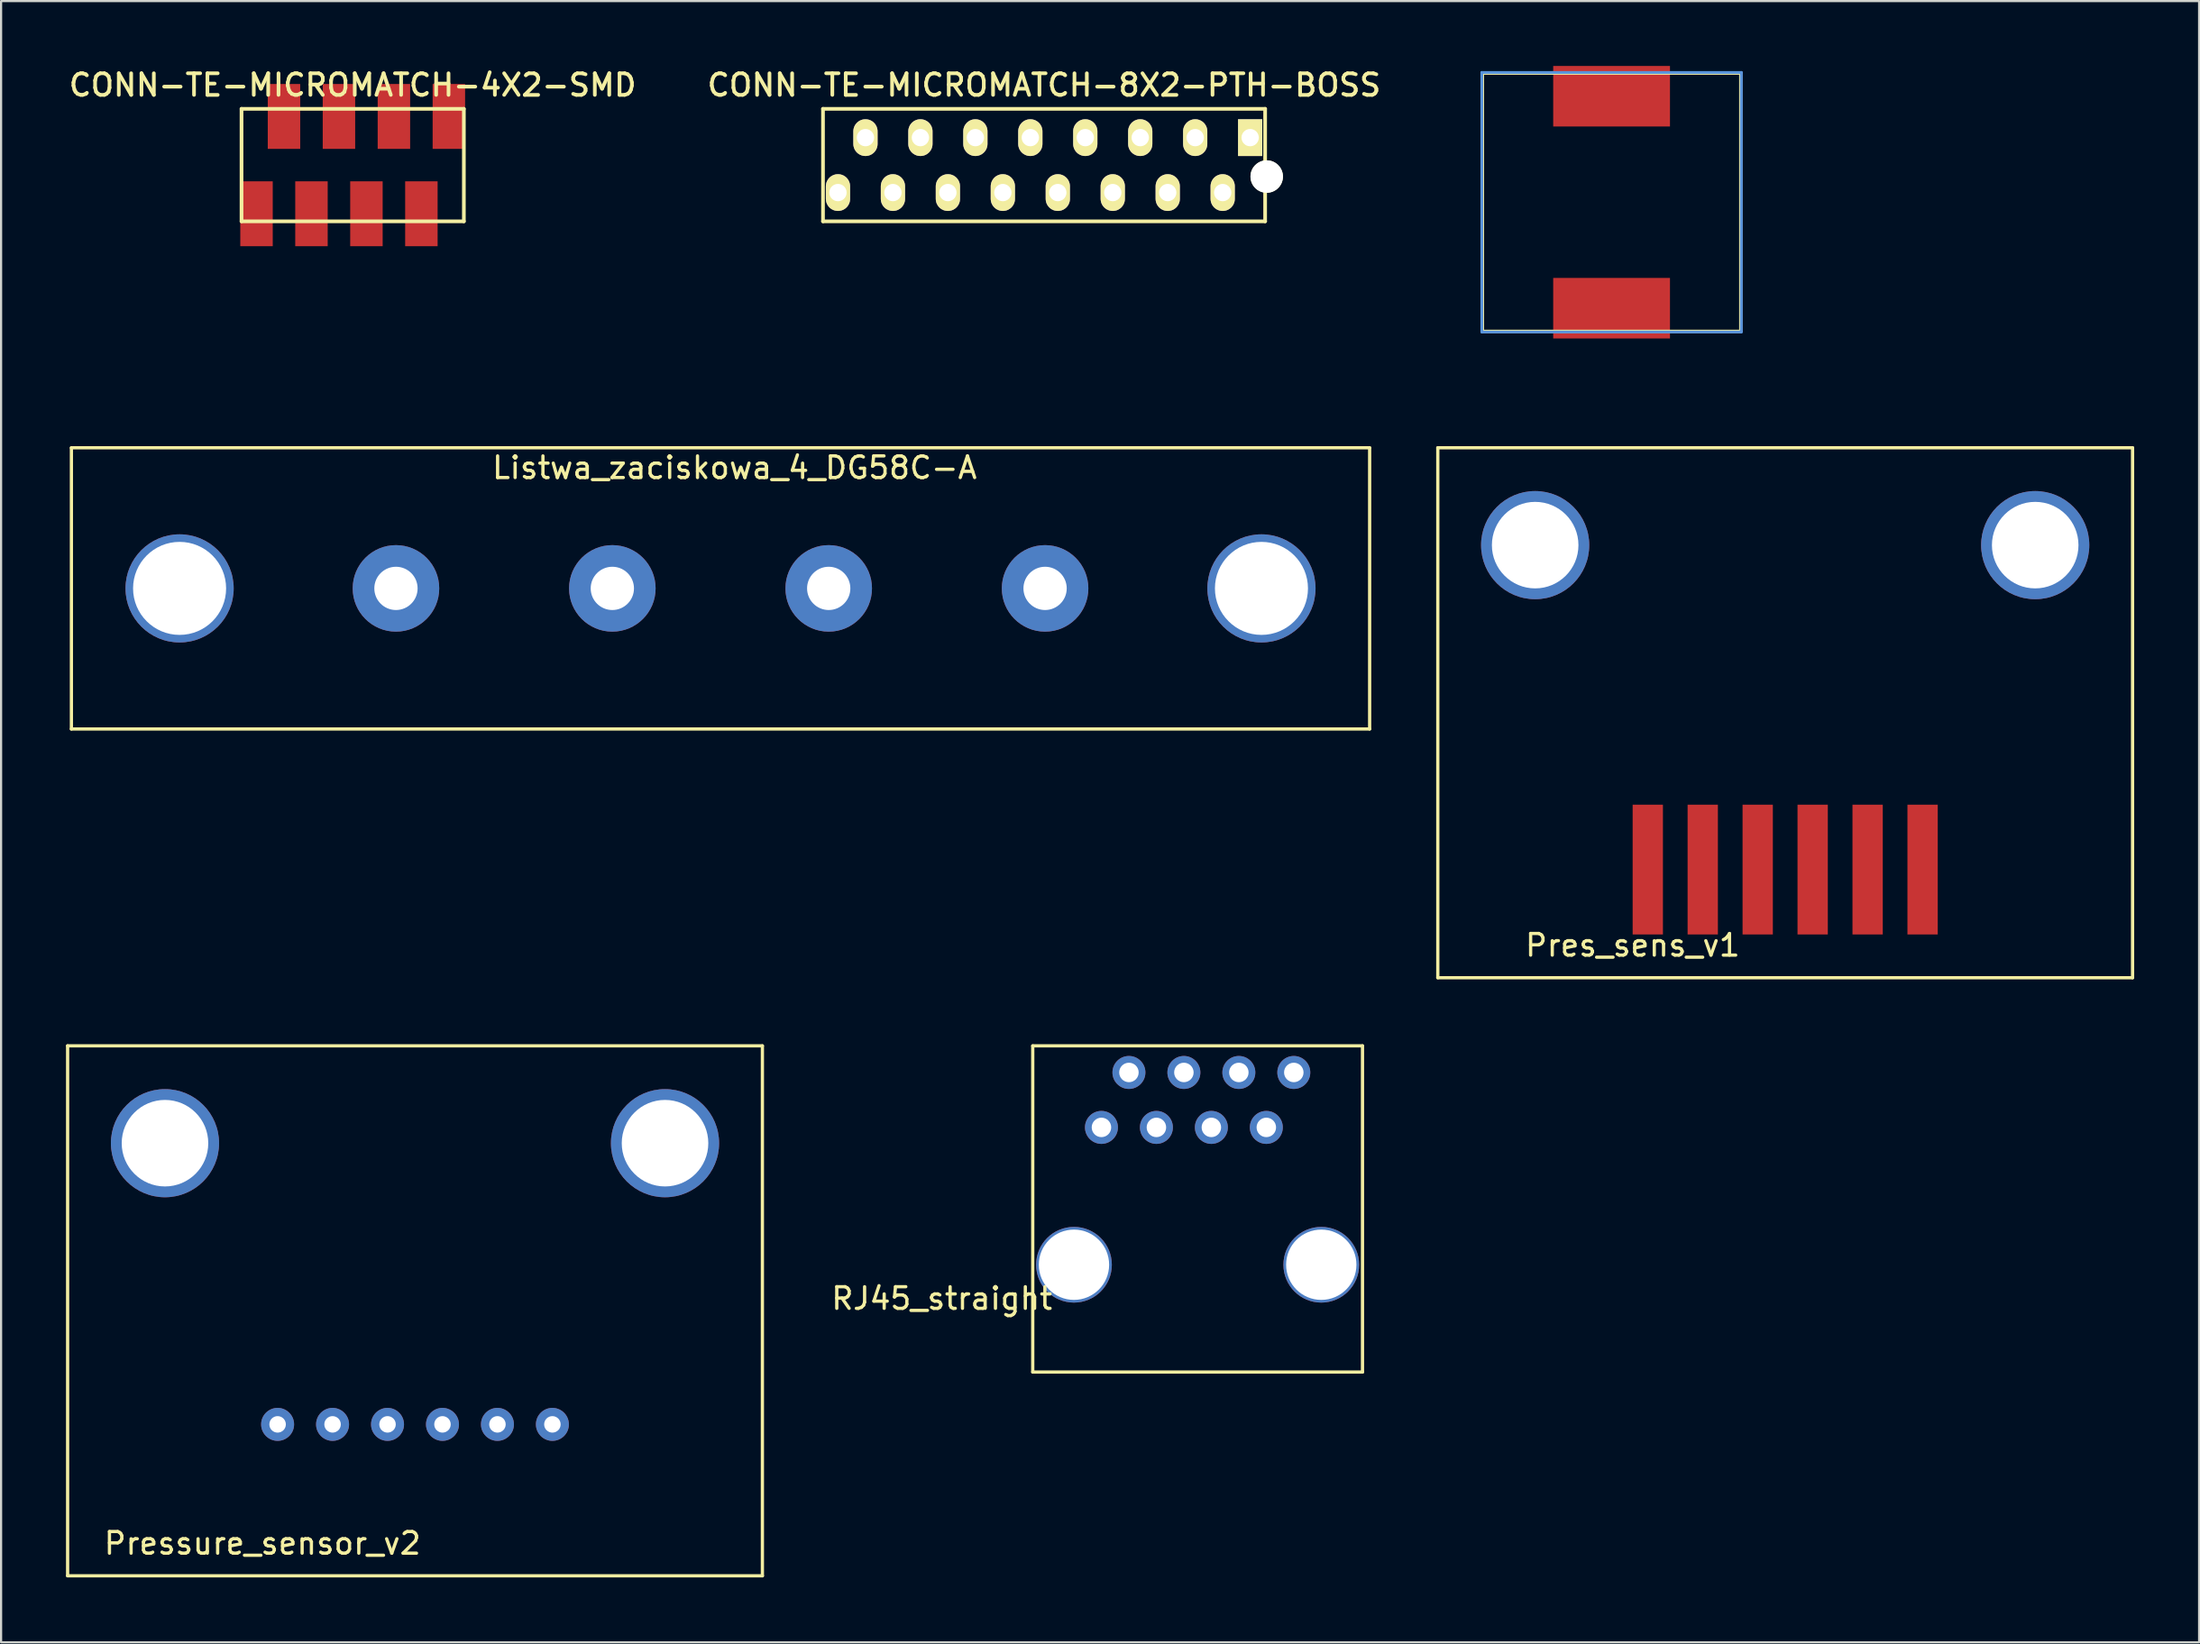
<source format=kicad_pcb>
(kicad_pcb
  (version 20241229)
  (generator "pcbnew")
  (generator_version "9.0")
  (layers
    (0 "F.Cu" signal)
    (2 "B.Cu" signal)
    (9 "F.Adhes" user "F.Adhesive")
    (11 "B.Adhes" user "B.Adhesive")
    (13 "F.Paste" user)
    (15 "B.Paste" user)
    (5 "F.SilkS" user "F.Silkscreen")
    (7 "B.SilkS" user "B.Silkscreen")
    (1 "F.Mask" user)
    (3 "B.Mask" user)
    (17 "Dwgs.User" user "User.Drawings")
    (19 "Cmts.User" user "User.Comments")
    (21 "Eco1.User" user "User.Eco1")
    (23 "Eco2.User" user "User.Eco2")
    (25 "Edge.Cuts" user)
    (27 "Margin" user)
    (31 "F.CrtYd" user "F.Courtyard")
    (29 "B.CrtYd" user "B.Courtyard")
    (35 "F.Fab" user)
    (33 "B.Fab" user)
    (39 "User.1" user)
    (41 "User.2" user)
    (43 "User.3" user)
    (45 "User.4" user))
  (footprint "RJ45_straight"
    (layer "F.Cu")
    (at 44.68 60.383)
    (property "Reference" "RJ45_straight" (at -4.2 -3.4 0) (layer "F.SilkS") (effects (font (size 1 1) (thickness 0.15))))
    (attr through_hole)
    (fp_line (start 0 -15.08) (end 15.24 -15.08) (stroke (width 0.15) (type solid)) (layer "F.SilkS"))
    (fp_line (start 0 0) (end 0 -15.08) (stroke (width 0.15) (type solid)) (layer "F.SilkS"))
    (fp_line (start 15.24 -15.08) (end 15.24 0) (stroke (width 0.15) (type solid)) (layer "F.SilkS"))
    (fp_line (start 15.24 0) (end 0 0) (stroke (width 0.15) (type solid)) (layer "F.SilkS"))
    (pad "" np_thru_hole circle (at 1.905 -4.96) (size 3.5 3.5) (drill 3.25) (layers "*.Cu" "*.Mask"))
    (pad "" np_thru_hole circle (at 13.335 -4.96) (size 3.5 3.5) (drill 3.25) (layers "*.Cu" "*.Mask"))
    (pad "1" thru_hole circle (at 12.065 -13.85) (size 1.524 1.524) (drill 0.9) (layers "*.Cu" "*.Mask"))
    (pad "2" thru_hole circle (at 10.795 -11.31) (size 1.524 1.524) (drill 0.9) (layers "*.Cu" "*.Mask"))
    (pad "3" thru_hole circle (at 9.525 -13.85) (size 1.524 1.524) (drill 0.9) (layers "*.Cu" "*.Mask"))
    (pad "4" thru_hole circle (at 8.255 -11.31) (size 1.524 1.524) (drill 0.9) (layers "*.Cu" "*.Mask"))
    (pad "5" thru_hole circle (at 6.985 -13.85) (size 1.524 1.524) (drill 0.9) (layers "*.Cu" "*.Mask"))
    (pad "6" thru_hole circle (at 5.715 -11.31) (size 1.524 1.524) (drill 0.9) (layers "*.Cu" "*.Mask"))
    (pad "7" thru_hole circle (at 4.445 -13.85) (size 1.524 1.524) (drill 0.9) (layers "*.Cu" "*.Mask"))
    (pad "8" thru_hole circle (at 3.175 -11.31) (size 1.524 1.524) (drill 0.9) (layers "*.Cu" "*.Mask")))
  (footprint "Pres_sens_v1"
    (layer "F.Cu")
    (at 72.405 40.153)
    (property "Reference" "Pres_sens_v1" (at 0 0.5 0) (layer "F.SilkS") (effects (font (size 1 1) (thickness 0.15))))
    (attr through_hole)
    (fp_line (start -9.005 -22.5) (end -9.005 2) (stroke (width 0.15) (type solid)) (layer "F.SilkS"))
    (fp_line (start -9.005 -22.5) (end 23.105 -22.5) (stroke (width 0.15) (type solid)) (layer "F.SilkS"))
    (fp_line (start -9.005 2) (end 23.105 2) (stroke (width 0.15) (type solid)) (layer "F.SilkS"))
    (fp_line (start 23.105 -22.5) (end 23.105 2) (stroke (width 0.15) (type solid)) (layer "F.SilkS"))
    (pad "" np_thru_hole circle (at -4.505 -18) (size 5 5) (drill 4) (layers "*.Cu" "*.Mask"))
    (pad "" np_thru_hole circle (at 18.605 -18) (size 5 5) (drill 4) (layers "*.Cu" "*.Mask"))
    (pad "1" smd rect (at 0.7 -3) (size 1.4 6) (layers "F.Cu" "F.Mask" "F.Paste"))
    (pad "2" smd rect (at 3.24 -3) (size 1.4 6) (layers "F.Cu" "F.Mask" "F.Paste"))
    (pad "3" smd rect (at 5.78 -3) (size 1.4 6) (layers "F.Cu" "F.Mask" "F.Paste"))
    (pad "4" smd rect (at 8.32 -3) (size 1.4 6) (layers "F.Cu" "F.Mask" "F.Paste"))
    (pad "5" smd rect (at 10.86 -3) (size 1.4 6) (layers "F.Cu" "F.Mask" "F.Paste"))
    (pad "6" smd rect (at 13.4 -3) (size 1.4 6) (layers "F.Cu" "F.Mask" "F.Paste")))
  (footprint "CONN-TE-MICROMATCH-8X2-PTH-BOSS"
    (layer "F.Cu")
    (at 45.203 4.583)
    (property "Reference" "CONN-TE-MICROMATCH-8X2-PTH-BOSS" (at 0 -3.7 0) (layer "F.SilkS") (effects (font (size 1 1) (thickness 0.17))))
    (attr through_hole)
    (fp_line (start -10.217 -2.6) (end 10.217 -2.6) (stroke (width 0.17) (type solid)) (layer "F.SilkS"))
    (fp_line (start -10.217 2.6) (end -10.217 -2.6) (stroke (width 0.17) (type solid)) (layer "F.SilkS"))
    (fp_line (start -10.217 2.6) (end 10.217 2.6) (stroke (width 0.17) (type solid)) (layer "F.SilkS"))
    (fp_line (start 10.217 2.6) (end 10.217 -2.6) (stroke (width 0.17) (type solid)) (layer "F.SilkS"))
    (pad "" np_thru_hole circle (at 10.29 0.53) (size 1.5 1.5) (drill 1.5) (layers "*.Cu" "*.Mask" "F.SilkS"))
    (pad "1" thru_hole rect (at 9.525 -1.27) (size 1.12 1.7) (drill 0.8) (layers "*.Cu" "*.Mask" "F.SilkS"))
    (pad "2" thru_hole oval (at 8.255 1.27) (size 1.12 1.7) (drill 0.8) (layers "*.Cu" "*.Mask" "F.SilkS"))
    (pad "3" thru_hole oval (at 6.985 -1.27) (size 1.12 1.7) (drill 0.8) (layers "*.Cu" "*.Mask" "F.SilkS"))
    (pad "4" thru_hole oval (at 5.715 1.27) (size 1.12 1.7) (drill 0.8) (layers "*.Cu" "*.Mask" "F.SilkS"))
    (pad "5" thru_hole oval (at 4.445 -1.27) (size 1.12 1.7) (drill 0.8) (layers "*.Cu" "*.Mask" "F.SilkS"))
    (pad "6" thru_hole oval (at 3.175 1.27) (size 1.12 1.7) (drill 0.8) (layers "*.Cu" "*.Mask" "F.SilkS"))
    (pad "7" thru_hole oval (at 1.905 -1.27) (size 1.12 1.7) (drill 0.8) (layers "*.Cu" "*.Mask" "F.SilkS"))
    (pad "8" thru_hole oval (at 0.635 1.27) (size 1.12 1.7) (drill 0.8) (layers "*.Cu" "*.Mask" "F.SilkS"))
    (pad "9" thru_hole oval (at -0.635 -1.27) (size 1.12 1.7) (drill 0.8) (layers "*.Cu" "*.Mask" "F.SilkS"))
    (pad "10" thru_hole oval (at -1.905 1.27) (size 1.12 1.7) (drill 0.8) (layers "*.Cu" "*.Mask" "F.SilkS"))
    (pad "11" thru_hole oval (at -3.175 -1.27) (size 1.12 1.7) (drill 0.8) (layers "*.Cu" "*.Mask" "F.SilkS"))
    (pad "12" thru_hole oval (at -4.445 1.27) (size 1.12 1.7) (drill 0.8) (layers "*.Cu" "*.Mask" "F.SilkS"))
    (pad "13" thru_hole oval (at -5.715 -1.27) (size 1.12 1.7) (drill 0.8) (layers "*.Cu" "*.Mask" "F.SilkS"))
    (pad "14" thru_hole oval (at -6.985 1.27) (size 1.12 1.7) (drill 0.8) (layers "*.Cu" "*.Mask" "F.SilkS"))
    (pad "15" thru_hole oval (at -8.255 -1.27) (size 1.12 1.7) (drill 0.8) (layers "*.Cu" "*.Mask" "F.SilkS"))
    (pad "16" thru_hole oval (at -9.525 1.27) (size 1.12 1.7) (drill 0.8) (layers "*.Cu" "*.Mask" "F.SilkS")))
  (footprint "DE1205_ind"
    (layer "F.Cu")
    (at 71.432 6.299)
    (property "Reference" "DE1205_ind" (at -6.858 4.826 90) (layer "Eco1.User") (effects (font (size 0.762 0.762) (thickness 0.127))))
    (attr through_hole)
    (fp_line (start -5.969 -5.969) (end 5.969 -5.969) (stroke (width 0.15) (type solid)) (layer "F.SilkS"))
    (fp_line (start -5.969 5.969) (end -5.969 -5.969) (stroke (width 0.15) (type solid)) (layer "F.SilkS"))
    (fp_line (start 5.969 -5.969) (end 5.969 5.969) (stroke (width 0.15) (type solid)) (layer "F.SilkS"))
    (fp_line (start 5.969 5.969) (end -5.969 5.969) (stroke (width 0.15) (type solid)) (layer "F.SilkS"))
    (fp_line (start -5.999 -5.999) (end -5.999 5.999) (stroke (width 0.127) (type solid)) (layer "Cmts.User"))
    (fp_line (start -5.999 5.999) (end 5.999 5.999) (stroke (width 0.127) (type solid)) (layer "Cmts.User"))
    (fp_line (start 5.999 -5.999) (end -5.999 -5.999) (stroke (width 0.127) (type solid)) (layer "Cmts.User"))
    (fp_line (start 5.999 5.999) (end 5.999 -5.999) (stroke (width 0.127) (type solid)) (layer "Cmts.User"))
    (pad "1" smd rect (at 0 -4.9) (size 5.397 2.799) (layers "F.Cu" "F.Mask" "F.Paste"))
    (pad "2" smd rect (at 0 4.9) (size 5.397 2.799) (layers "F.Cu" "F.Mask" "F.Paste")))
  (footprint "Pressure_sensor_v2"
    (layer "F.Cu")
    (at 9.08 67.803)
    (property "Reference" "Pressure_sensor_v2" (at 0 0.5 0) (layer "F.SilkS") (effects (font (size 1 1) (thickness 0.15))))
    (attr through_hole)
    (fp_line (start -9.005 -22.5) (end -9.005 2) (stroke (width 0.15) (type solid)) (layer "F.SilkS"))
    (fp_line (start -9.005 -22.5) (end 23.105 -22.5) (stroke (width 0.15) (type solid)) (layer "F.SilkS"))
    (fp_line (start -9.005 2) (end 23.105 2) (stroke (width 0.15) (type solid)) (layer "F.SilkS"))
    (fp_line (start 23.105 -22.5) (end 23.105 2) (stroke (width 0.15) (type solid)) (layer "F.SilkS"))
    (pad "" np_thru_hole circle (at -4.505 -18) (size 5 5) (drill 4) (layers "*.Cu" "*.Mask"))
    (pad "" np_thru_hole circle (at 18.605 -18) (size 5 5) (drill 4) (layers "*.Cu" "*.Mask"))
    (pad "1" thru_hole circle (at 0.7 -5) (size 1.524 1.524) (drill 0.762) (layers "*.Cu" "*.Mask"))
    (pad "2" thru_hole circle (at 3.24 -5) (size 1.524 1.524) (drill 0.762) (layers "*.Cu" "*.Mask"))
    (pad "3" thru_hole circle (at 5.78 -5) (size 1.524 1.524) (drill 0.762) (layers "*.Cu" "*.Mask"))
    (pad "4" thru_hole circle (at 8.32 -5) (size 1.524 1.524) (drill 0.762) (layers "*.Cu" "*.Mask"))
    (pad "5" thru_hole circle (at 10.86 -5) (size 1.524 1.524) (drill 0.762) (layers "*.Cu" "*.Mask"))
    (pad "6" thru_hole circle (at 13.4 -5) (size 1.524 1.524) (drill 0.762) (layers "*.Cu" "*.Mask")))
  (footprint "CONN-TE-MICROMATCH-4X2-SMD"
    (layer "F.Cu")
    (at 13.25 4.583)
    (property "Reference" "CONN-TE-MICROMATCH-4X2-SMD" (at 0 -3.7 0) (layer "F.SilkS") (effects (font (size 1 1) (thickness 0.17))))
    (attr through_hole)
    (fp_line (start -5.138 -2.6) (end 5.138 -2.6) (stroke (width 0.17) (type solid)) (layer "F.SilkS"))
    (fp_line (start -5.138 2.6) (end -5.138 -2.6) (stroke (width 0.17) (type solid)) (layer "F.SilkS"))
    (fp_line (start -5.138 2.6) (end 5.138 2.6) (stroke (width 0.17) (type solid)) (layer "F.SilkS"))
    (fp_line (start 5.138 2.6) (end 5.138 -2.6) (stroke (width 0.17) (type solid)) (layer "F.SilkS"))
    (pad "1" smd rect (at 4.445 -2.25) (size 1.5 3) (layers "F.Cu" "F.Mask" "F.Paste"))
    (pad "2" smd rect (at 3.175 2.25) (size 1.5 3) (layers "F.Cu" "F.Mask" "F.Paste"))
    (pad "3" smd rect (at 1.905 -2.25) (size 1.5 3) (layers "F.Cu" "F.Mask" "F.Paste"))
    (pad "4" smd rect (at 0.635 2.25) (size 1.5 3) (layers "F.Cu" "F.Mask" "F.Paste"))
    (pad "5" smd rect (at -0.635 -2.25) (size 1.5 3) (layers "F.Cu" "F.Mask" "F.Paste"))
    (pad "6" smd rect (at -1.905 2.25) (size 1.5 3) (layers "F.Cu" "F.Mask" "F.Paste"))
    (pad "7" smd rect (at -3.175 -2.25) (size 1.5 3) (layers "F.Cu" "F.Mask" "F.Paste"))
    (pad "8" smd rect (at -4.445 2.25) (size 1.5 3) (layers "F.Cu" "F.Mask" "F.Paste")))
  (footprint "Listwa_zaciskowa_4_DG58C-A"
    (layer "F.Cu")
    (at 0.25 30.653)
    (property "Reference" "Listwa_zaciskowa_4_DG58C-A" (at 30.65 -12.08 0) (layer "F.SilkS") (effects (font (size 1 1) (thickness 0.15))))
    (attr through_hole)
    (fp_line (start 0 -13) (end 60 -13) (stroke (width 0.15) (type solid)) (layer "F.SilkS"))
    (fp_line (start 0 0) (end 0 -13) (stroke (width 0.15) (type solid)) (layer "F.SilkS"))
    (fp_line (start 0 0) (end 60 0) (stroke (width 0.15) (type solid)) (layer "F.SilkS"))
    (fp_line (start 60 -13) (end 60 0) (stroke (width 0.15) (type solid)) (layer "F.SilkS"))
    (pad "" np_thru_hole circle (at 5 -6.5) (size 5 5) (drill 4.3) (layers "*.Cu" "*.Mask"))
    (pad "" np_thru_hole circle (at 55 -6.5) (size 5 5) (drill 4.3) (layers "*.Cu" "*.Mask"))
    (pad "1" thru_hole circle (at 15 -6.5) (size 4 4) (drill 2) (layers "*.Cu" "*.Mask"))
    (pad "2" thru_hole circle (at 25 -6.5) (size 4 4) (drill 2) (layers "*.Cu" "*.Mask"))
    (pad "3" thru_hole circle (at 35 -6.5) (size 4 4) (drill 2) (layers "*.Cu" "*.Mask"))
    (pad "4" thru_hole circle (at 45 -6.5) (size 4 4) (drill 2) (layers "*.Cu" "*.Mask")))
  (gr_rect
    (start -3 -3)
    (end 98.585 72.878)
    (stroke (width 0.1) (type default))
    (fill no)
    (layer "Edge.Cuts")))
</source>
